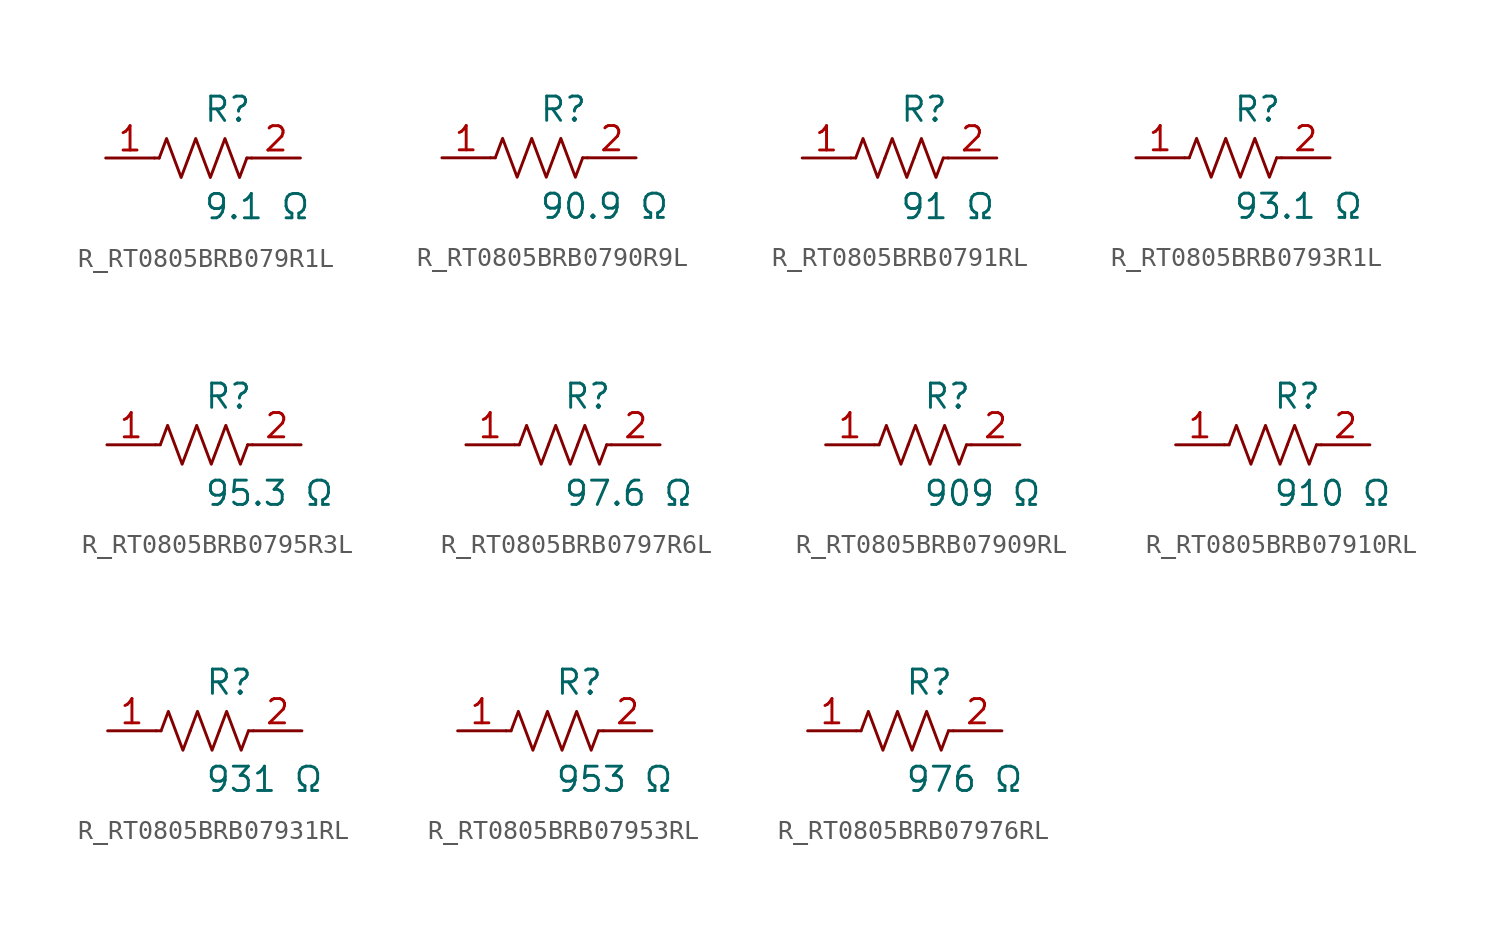
<source format=kicad_sym>
(kicad_symbol_lib
  (version 20231120)
  (generator kicad_symbol_editor)
  (generator_version 8.0)
  (symbol "R_RT0805BRB079R1L"
    (pin_names
      (offset 0.254))
    (property "Reference" "R"
      (at 0.0 2.54 0)
      (effects (font (size 1.27 1.27)) (justify left)))
    (property "Value" "9.1 Ω"
      (at 0.0 -2.54 0)
      (effects (font (size 1.27 1.27)) (justify left)))
    (symbol "R_RT0805BRB079R1L_0_1"
      (polyline (pts (xy 2.286 0) (xy 2.54 0)) (stroke (width 0) (type default)) (fill (type none)))
      (polyline (pts (xy -2.286 0) (xy -2.54 0)) (stroke (width 0) (type default)) (fill (type none)))
      (polyline (pts (xy 0.762 0) (xy 1.143 1.016) (xy 1.524 0) (xy 1.905 -1.016) (xy 2.286 0)) (stroke (width 0) (type default)) (fill (type none)))
      (polyline (pts (xy -0.762 0) (xy -0.381 1.016) (xy 0 0) (xy 0.381 -1.016) (xy 0.762 0)) (stroke (width 0) (type default)) (fill (type none)))
      (polyline (pts (xy -2.286 0) (xy -1.905 1.016) (xy -1.524 0) (xy -1.143 -1.016) (xy -0.762 0)) (stroke (width 0) (type default)) (fill (type none))))
    (pin unspecified line
      (at -5.08 0 0)
      (length 2.54)
      (name "" (effects (font (size 1.27 1.27))))
      (number "1" (effects (font (size 1.27 1.27)))))
    (pin unspecified line
      (at 5.08 0 180)
      (length 2.54)
      (name "" (effects (font (size 1.27 1.27))))
      (number "2" (effects (font (size 1.27 1.27))))))
  (symbol "R_RT0805BRB0790R9L"
    (pin_names
      (offset 0.254))
    (property "Reference" "R"
      (at 0.0 2.54 0)
      (effects (font (size 1.27 1.27)) (justify left)))
    (property "Value" "90.9 Ω"
      (at 0.0 -2.54 0)
      (effects (font (size 1.27 1.27)) (justify left)))
    (symbol "R_RT0805BRB0790R9L_0_1"
      (polyline (pts (xy 2.286 0) (xy 2.54 0)) (stroke (width 0) (type default)) (fill (type none)))
      (polyline (pts (xy -2.286 0) (xy -2.54 0)) (stroke (width 0) (type default)) (fill (type none)))
      (polyline (pts (xy 0.762 0) (xy 1.143 1.016) (xy 1.524 0) (xy 1.905 -1.016) (xy 2.286 0)) (stroke (width 0) (type default)) (fill (type none)))
      (polyline (pts (xy -0.762 0) (xy -0.381 1.016) (xy 0 0) (xy 0.381 -1.016) (xy 0.762 0)) (stroke (width 0) (type default)) (fill (type none)))
      (polyline (pts (xy -2.286 0) (xy -1.905 1.016) (xy -1.524 0) (xy -1.143 -1.016) (xy -0.762 0)) (stroke (width 0) (type default)) (fill (type none))))
    (pin unspecified line
      (at -5.08 0 0)
      (length 2.54)
      (name "" (effects (font (size 1.27 1.27))))
      (number "1" (effects (font (size 1.27 1.27)))))
    (pin unspecified line
      (at 5.08 0 180)
      (length 2.54)
      (name "" (effects (font (size 1.27 1.27))))
      (number "2" (effects (font (size 1.27 1.27))))))
  (symbol "R_RT0805BRB0791RL"
    (pin_names
      (offset 0.254))
    (property "Reference" "R"
      (at 0.0 2.54 0)
      (effects (font (size 1.27 1.27)) (justify left)))
    (property "Value" "91 Ω"
      (at 0.0 -2.54 0)
      (effects (font (size 1.27 1.27)) (justify left)))
    (symbol "R_RT0805BRB0791RL_0_1"
      (polyline (pts (xy 2.286 0) (xy 2.54 0)) (stroke (width 0) (type default)) (fill (type none)))
      (polyline (pts (xy -2.286 0) (xy -2.54 0)) (stroke (width 0) (type default)) (fill (type none)))
      (polyline (pts (xy 0.762 0) (xy 1.143 1.016) (xy 1.524 0) (xy 1.905 -1.016) (xy 2.286 0)) (stroke (width 0) (type default)) (fill (type none)))
      (polyline (pts (xy -0.762 0) (xy -0.381 1.016) (xy 0 0) (xy 0.381 -1.016) (xy 0.762 0)) (stroke (width 0) (type default)) (fill (type none)))
      (polyline (pts (xy -2.286 0) (xy -1.905 1.016) (xy -1.524 0) (xy -1.143 -1.016) (xy -0.762 0)) (stroke (width 0) (type default)) (fill (type none))))
    (pin unspecified line
      (at -5.08 0 0)
      (length 2.54)
      (name "" (effects (font (size 1.27 1.27))))
      (number "1" (effects (font (size 1.27 1.27)))))
    (pin unspecified line
      (at 5.08 0 180)
      (length 2.54)
      (name "" (effects (font (size 1.27 1.27))))
      (number "2" (effects (font (size 1.27 1.27))))))
  (symbol "R_RT0805BRB0793R1L"
    (pin_names
      (offset 0.254))
    (property "Reference" "R"
      (at 0.0 2.54 0)
      (effects (font (size 1.27 1.27)) (justify left)))
    (property "Value" "93.1 Ω"
      (at 0.0 -2.54 0)
      (effects (font (size 1.27 1.27)) (justify left)))
    (symbol "R_RT0805BRB0793R1L_0_1"
      (polyline (pts (xy 2.286 0) (xy 2.54 0)) (stroke (width 0) (type default)) (fill (type none)))
      (polyline (pts (xy -2.286 0) (xy -2.54 0)) (stroke (width 0) (type default)) (fill (type none)))
      (polyline (pts (xy 0.762 0) (xy 1.143 1.016) (xy 1.524 0) (xy 1.905 -1.016) (xy 2.286 0)) (stroke (width 0) (type default)) (fill (type none)))
      (polyline (pts (xy -0.762 0) (xy -0.381 1.016) (xy 0 0) (xy 0.381 -1.016) (xy 0.762 0)) (stroke (width 0) (type default)) (fill (type none)))
      (polyline (pts (xy -2.286 0) (xy -1.905 1.016) (xy -1.524 0) (xy -1.143 -1.016) (xy -0.762 0)) (stroke (width 0) (type default)) (fill (type none))))
    (pin unspecified line
      (at -5.08 0 0)
      (length 2.54)
      (name "" (effects (font (size 1.27 1.27))))
      (number "1" (effects (font (size 1.27 1.27)))))
    (pin unspecified line
      (at 5.08 0 180)
      (length 2.54)
      (name "" (effects (font (size 1.27 1.27))))
      (number "2" (effects (font (size 1.27 1.27))))))
  (symbol "R_RT0805BRB0795R3L"
    (pin_names
      (offset 0.254))
    (property "Reference" "R"
      (at 0.0 2.54 0)
      (effects (font (size 1.27 1.27)) (justify left)))
    (property "Value" "95.3 Ω"
      (at 0.0 -2.54 0)
      (effects (font (size 1.27 1.27)) (justify left)))
    (symbol "R_RT0805BRB0795R3L_0_1"
      (polyline (pts (xy 2.286 0) (xy 2.54 0)) (stroke (width 0) (type default)) (fill (type none)))
      (polyline (pts (xy -2.286 0) (xy -2.54 0)) (stroke (width 0) (type default)) (fill (type none)))
      (polyline (pts (xy 0.762 0) (xy 1.143 1.016) (xy 1.524 0) (xy 1.905 -1.016) (xy 2.286 0)) (stroke (width 0) (type default)) (fill (type none)))
      (polyline (pts (xy -0.762 0) (xy -0.381 1.016) (xy 0 0) (xy 0.381 -1.016) (xy 0.762 0)) (stroke (width 0) (type default)) (fill (type none)))
      (polyline (pts (xy -2.286 0) (xy -1.905 1.016) (xy -1.524 0) (xy -1.143 -1.016) (xy -0.762 0)) (stroke (width 0) (type default)) (fill (type none))))
    (pin unspecified line
      (at -5.08 0 0)
      (length 2.54)
      (name "" (effects (font (size 1.27 1.27))))
      (number "1" (effects (font (size 1.27 1.27)))))
    (pin unspecified line
      (at 5.08 0 180)
      (length 2.54)
      (name "" (effects (font (size 1.27 1.27))))
      (number "2" (effects (font (size 1.27 1.27))))))
  (symbol "R_RT0805BRB0797R6L"
    (pin_names
      (offset 0.254))
    (property "Reference" "R"
      (at 0.0 2.54 0)
      (effects (font (size 1.27 1.27)) (justify left)))
    (property "Value" "97.6 Ω"
      (at 0.0 -2.54 0)
      (effects (font (size 1.27 1.27)) (justify left)))
    (symbol "R_RT0805BRB0797R6L_0_1"
      (polyline (pts (xy 2.286 0) (xy 2.54 0)) (stroke (width 0) (type default)) (fill (type none)))
      (polyline (pts (xy -2.286 0) (xy -2.54 0)) (stroke (width 0) (type default)) (fill (type none)))
      (polyline (pts (xy 0.762 0) (xy 1.143 1.016) (xy 1.524 0) (xy 1.905 -1.016) (xy 2.286 0)) (stroke (width 0) (type default)) (fill (type none)))
      (polyline (pts (xy -0.762 0) (xy -0.381 1.016) (xy 0 0) (xy 0.381 -1.016) (xy 0.762 0)) (stroke (width 0) (type default)) (fill (type none)))
      (polyline (pts (xy -2.286 0) (xy -1.905 1.016) (xy -1.524 0) (xy -1.143 -1.016) (xy -0.762 0)) (stroke (width 0) (type default)) (fill (type none))))
    (pin unspecified line
      (at -5.08 0 0)
      (length 2.54)
      (name "" (effects (font (size 1.27 1.27))))
      (number "1" (effects (font (size 1.27 1.27)))))
    (pin unspecified line
      (at 5.08 0 180)
      (length 2.54)
      (name "" (effects (font (size 1.27 1.27))))
      (number "2" (effects (font (size 1.27 1.27))))))
  (symbol "R_RT0805BRB07909RL"
    (pin_names
      (offset 0.254))
    (property "Reference" "R"
      (at 0.0 2.54 0)
      (effects (font (size 1.27 1.27)) (justify left)))
    (property "Value" "909 Ω"
      (at 0.0 -2.54 0)
      (effects (font (size 1.27 1.27)) (justify left)))
    (symbol "R_RT0805BRB07909RL_0_1"
      (polyline (pts (xy 2.286 0) (xy 2.54 0)) (stroke (width 0) (type default)) (fill (type none)))
      (polyline (pts (xy -2.286 0) (xy -2.54 0)) (stroke (width 0) (type default)) (fill (type none)))
      (polyline (pts (xy 0.762 0) (xy 1.143 1.016) (xy 1.524 0) (xy 1.905 -1.016) (xy 2.286 0)) (stroke (width 0) (type default)) (fill (type none)))
      (polyline (pts (xy -0.762 0) (xy -0.381 1.016) (xy 0 0) (xy 0.381 -1.016) (xy 0.762 0)) (stroke (width 0) (type default)) (fill (type none)))
      (polyline (pts (xy -2.286 0) (xy -1.905 1.016) (xy -1.524 0) (xy -1.143 -1.016) (xy -0.762 0)) (stroke (width 0) (type default)) (fill (type none))))
    (pin unspecified line
      (at -5.08 0 0)
      (length 2.54)
      (name "" (effects (font (size 1.27 1.27))))
      (number "1" (effects (font (size 1.27 1.27)))))
    (pin unspecified line
      (at 5.08 0 180)
      (length 2.54)
      (name "" (effects (font (size 1.27 1.27))))
      (number "2" (effects (font (size 1.27 1.27))))))
  (symbol "R_RT0805BRB07910RL"
    (pin_names
      (offset 0.254))
    (property "Reference" "R"
      (at 0.0 2.54 0)
      (effects (font (size 1.27 1.27)) (justify left)))
    (property "Value" "910 Ω"
      (at 0.0 -2.54 0)
      (effects (font (size 1.27 1.27)) (justify left)))
    (symbol "R_RT0805BRB07910RL_0_1"
      (polyline (pts (xy 2.286 0) (xy 2.54 0)) (stroke (width 0) (type default)) (fill (type none)))
      (polyline (pts (xy -2.286 0) (xy -2.54 0)) (stroke (width 0) (type default)) (fill (type none)))
      (polyline (pts (xy 0.762 0) (xy 1.143 1.016) (xy 1.524 0) (xy 1.905 -1.016) (xy 2.286 0)) (stroke (width 0) (type default)) (fill (type none)))
      (polyline (pts (xy -0.762 0) (xy -0.381 1.016) (xy 0 0) (xy 0.381 -1.016) (xy 0.762 0)) (stroke (width 0) (type default)) (fill (type none)))
      (polyline (pts (xy -2.286 0) (xy -1.905 1.016) (xy -1.524 0) (xy -1.143 -1.016) (xy -0.762 0)) (stroke (width 0) (type default)) (fill (type none))))
    (pin unspecified line
      (at -5.08 0 0)
      (length 2.54)
      (name "" (effects (font (size 1.27 1.27))))
      (number "1" (effects (font (size 1.27 1.27)))))
    (pin unspecified line
      (at 5.08 0 180)
      (length 2.54)
      (name "" (effects (font (size 1.27 1.27))))
      (number "2" (effects (font (size 1.27 1.27))))))
  (symbol "R_RT0805BRB07931RL"
    (pin_names
      (offset 0.254))
    (property "Reference" "R"
      (at 0.0 2.54 0)
      (effects (font (size 1.27 1.27)) (justify left)))
    (property "Value" "931 Ω"
      (at 0.0 -2.54 0)
      (effects (font (size 1.27 1.27)) (justify left)))
    (symbol "R_RT0805BRB07931RL_0_1"
      (polyline (pts (xy 2.286 0) (xy 2.54 0)) (stroke (width 0) (type default)) (fill (type none)))
      (polyline (pts (xy -2.286 0) (xy -2.54 0)) (stroke (width 0) (type default)) (fill (type none)))
      (polyline (pts (xy 0.762 0) (xy 1.143 1.016) (xy 1.524 0) (xy 1.905 -1.016) (xy 2.286 0)) (stroke (width 0) (type default)) (fill (type none)))
      (polyline (pts (xy -0.762 0) (xy -0.381 1.016) (xy 0 0) (xy 0.381 -1.016) (xy 0.762 0)) (stroke (width 0) (type default)) (fill (type none)))
      (polyline (pts (xy -2.286 0) (xy -1.905 1.016) (xy -1.524 0) (xy -1.143 -1.016) (xy -0.762 0)) (stroke (width 0) (type default)) (fill (type none))))
    (pin unspecified line
      (at -5.08 0 0)
      (length 2.54)
      (name "" (effects (font (size 1.27 1.27))))
      (number "1" (effects (font (size 1.27 1.27)))))
    (pin unspecified line
      (at 5.08 0 180)
      (length 2.54)
      (name "" (effects (font (size 1.27 1.27))))
      (number "2" (effects (font (size 1.27 1.27))))))
  (symbol "R_RT0805BRB07953RL"
    (pin_names
      (offset 0.254))
    (property "Reference" "R"
      (at 0.0 2.54 0)
      (effects (font (size 1.27 1.27)) (justify left)))
    (property "Value" "953 Ω"
      (at 0.0 -2.54 0)
      (effects (font (size 1.27 1.27)) (justify left)))
    (symbol "R_RT0805BRB07953RL_0_1"
      (polyline (pts (xy 2.286 0) (xy 2.54 0)) (stroke (width 0) (type default)) (fill (type none)))
      (polyline (pts (xy -2.286 0) (xy -2.54 0)) (stroke (width 0) (type default)) (fill (type none)))
      (polyline (pts (xy 0.762 0) (xy 1.143 1.016) (xy 1.524 0) (xy 1.905 -1.016) (xy 2.286 0)) (stroke (width 0) (type default)) (fill (type none)))
      (polyline (pts (xy -0.762 0) (xy -0.381 1.016) (xy 0 0) (xy 0.381 -1.016) (xy 0.762 0)) (stroke (width 0) (type default)) (fill (type none)))
      (polyline (pts (xy -2.286 0) (xy -1.905 1.016) (xy -1.524 0) (xy -1.143 -1.016) (xy -0.762 0)) (stroke (width 0) (type default)) (fill (type none))))
    (pin unspecified line
      (at -5.08 0 0)
      (length 2.54)
      (name "" (effects (font (size 1.27 1.27))))
      (number "1" (effects (font (size 1.27 1.27)))))
    (pin unspecified line
      (at 5.08 0 180)
      (length 2.54)
      (name "" (effects (font (size 1.27 1.27))))
      (number "2" (effects (font (size 1.27 1.27))))))
  (symbol "R_RT0805BRB07976RL"
    (pin_names
      (offset 0.254))
    (property "Reference" "R"
      (at 0.0 2.54 0)
      (effects (font (size 1.27 1.27)) (justify left)))
    (property "Value" "976 Ω"
      (at 0.0 -2.54 0)
      (effects (font (size 1.27 1.27)) (justify left)))
    (symbol "R_RT0805BRB07976RL_0_1"
      (polyline (pts (xy 2.286 0) (xy 2.54 0)) (stroke (width 0) (type default)) (fill (type none)))
      (polyline (pts (xy -2.286 0) (xy -2.54 0)) (stroke (width 0) (type default)) (fill (type none)))
      (polyline (pts (xy 0.762 0) (xy 1.143 1.016) (xy 1.524 0) (xy 1.905 -1.016) (xy 2.286 0)) (stroke (width 0) (type default)) (fill (type none)))
      (polyline (pts (xy -0.762 0) (xy -0.381 1.016) (xy 0 0) (xy 0.381 -1.016) (xy 0.762 0)) (stroke (width 0) (type default)) (fill (type none)))
      (polyline (pts (xy -2.286 0) (xy -1.905 1.016) (xy -1.524 0) (xy -1.143 -1.016) (xy -0.762 0)) (stroke (width 0) (type default)) (fill (type none))))
    (pin unspecified line
      (at -5.08 0 0)
      (length 2.54)
      (name "" (effects (font (size 1.27 1.27))))
      (number "1" (effects (font (size 1.27 1.27)))))
    (pin unspecified line
      (at 5.08 0 180)
      (length 2.54)
      (name "" (effects (font (size 1.27 1.27))))
      (number "2" (effects (font (size 1.27 1.27)))))))
</source>
